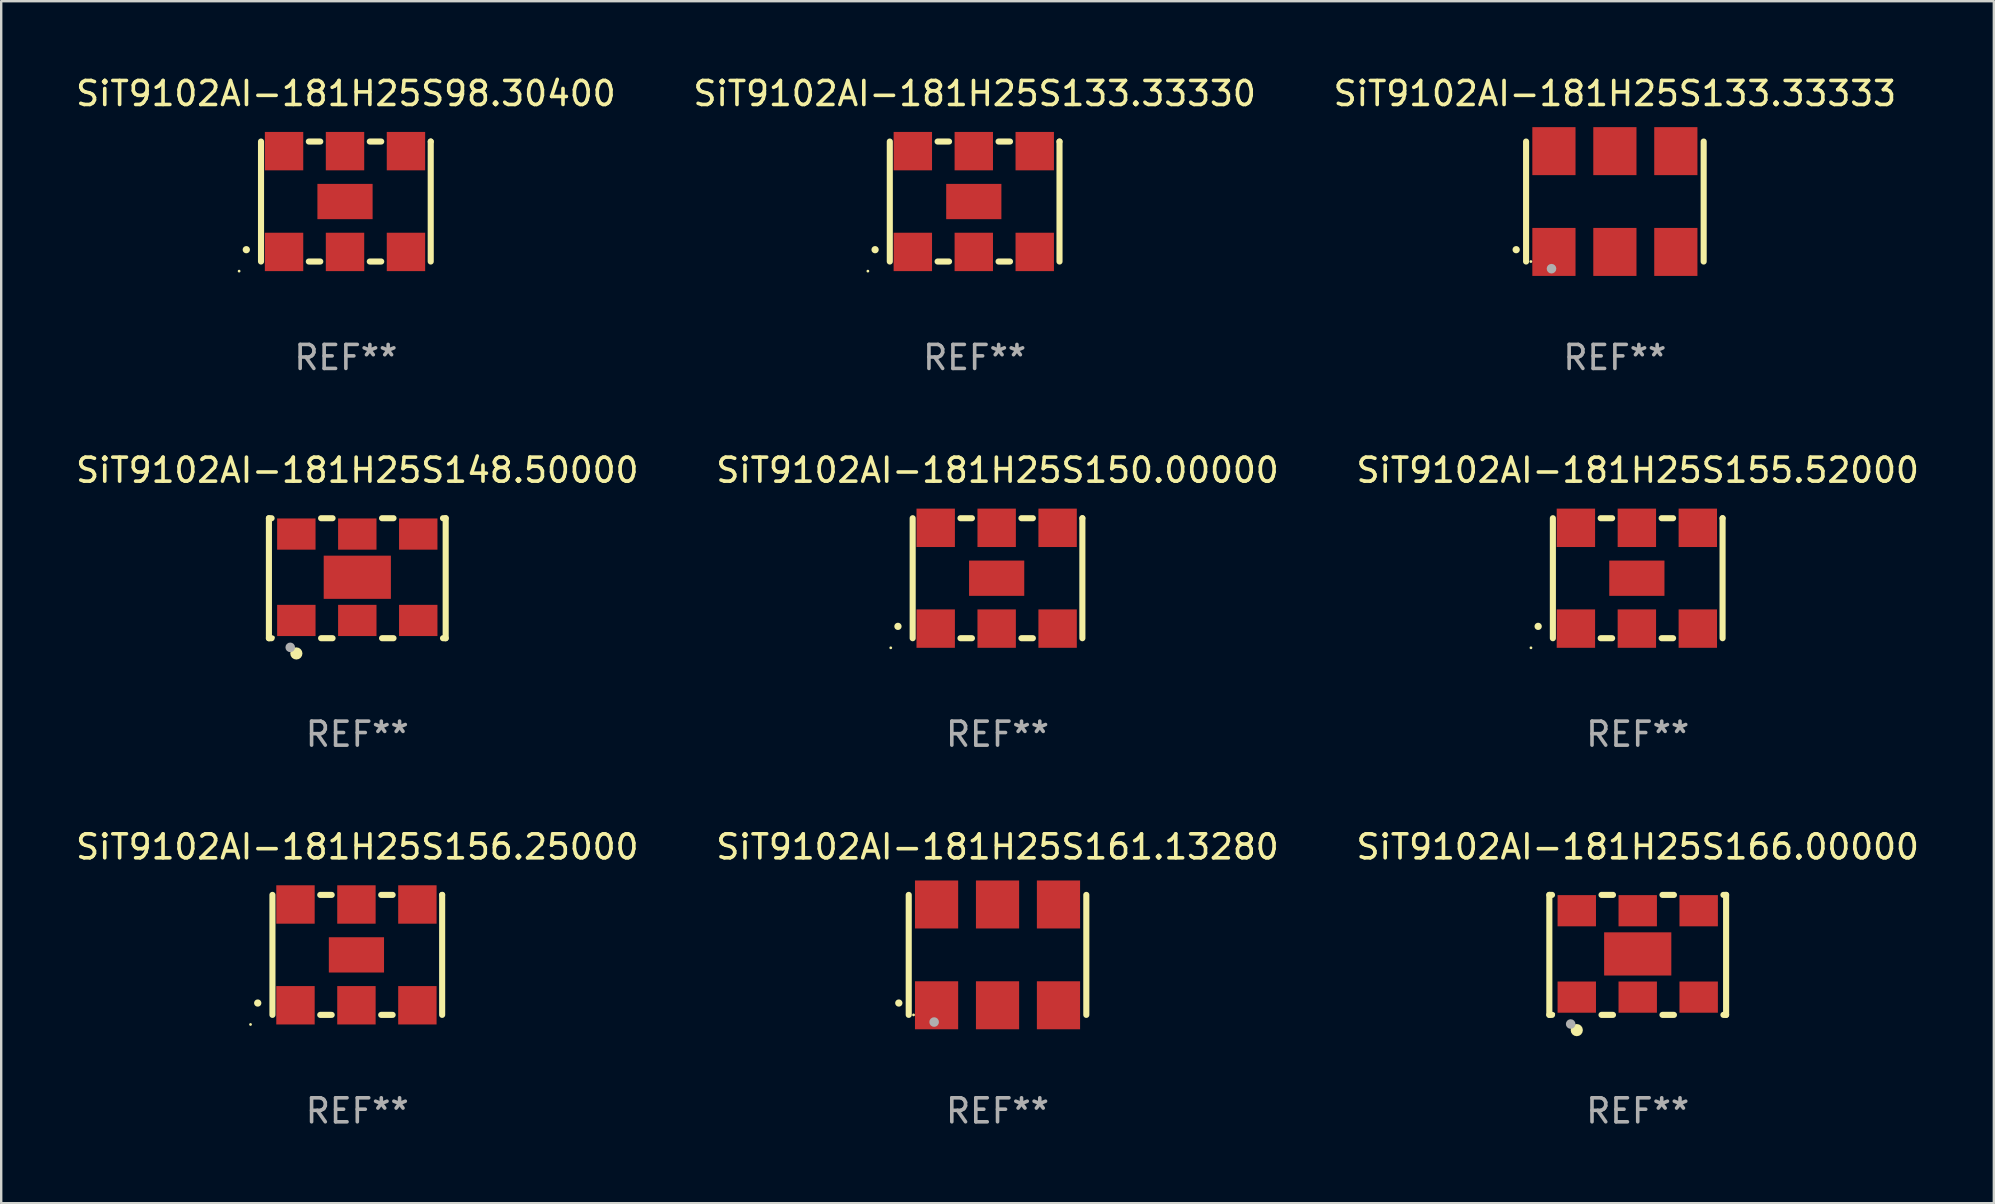
<source format=kicad_pcb>
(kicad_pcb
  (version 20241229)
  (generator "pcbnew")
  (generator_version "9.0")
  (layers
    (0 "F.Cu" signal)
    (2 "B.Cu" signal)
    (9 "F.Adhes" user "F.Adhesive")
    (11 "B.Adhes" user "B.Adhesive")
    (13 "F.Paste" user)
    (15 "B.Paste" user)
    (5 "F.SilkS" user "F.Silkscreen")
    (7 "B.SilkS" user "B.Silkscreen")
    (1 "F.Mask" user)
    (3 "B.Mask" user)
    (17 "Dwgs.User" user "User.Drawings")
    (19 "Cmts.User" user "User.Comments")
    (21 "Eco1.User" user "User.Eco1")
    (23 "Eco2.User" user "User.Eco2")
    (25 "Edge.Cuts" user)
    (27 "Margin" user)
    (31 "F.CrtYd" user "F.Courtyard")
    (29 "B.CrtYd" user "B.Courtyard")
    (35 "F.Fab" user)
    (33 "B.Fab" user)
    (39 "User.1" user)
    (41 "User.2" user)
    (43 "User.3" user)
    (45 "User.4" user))
  (footprint "SiT9102AI-181H25S155.52000"
    (layer "F.Cu")
    (at 65.196 21.045)
    (property "Reference" "SiT9102AI-181H25S155.52000" (at 0 -4.5 0) (layer "F.SilkS") (effects (font (size 1 1) (thickness 0.15))))
    (attr through_hole)
    (fp_line (start -3.536 -2.5) (end -3.536 2.5) (stroke (width 0.254) (type solid)) (layer "F.SilkS"))
    (fp_line (start -1.544 2.5) (end -1.067 2.5) (stroke (width 0.254) (type solid)) (layer "F.SilkS"))
    (fp_line (start -1.067 -2.5) (end -1.544 -2.5) (stroke (width 0.254) (type solid)) (layer "F.SilkS"))
    (fp_line (start 0.996 2.5) (end 1.473 2.5) (stroke (width 0.254) (type solid)) (layer "F.SilkS"))
    (fp_line (start 1.473 -2.5) (end 0.996 -2.5) (stroke (width 0.254) (type solid)) (layer "F.SilkS"))
    (fp_line (start 3.536 -2.5) (end 3.536 -2.5) (stroke (width 0.254) (type solid)) (layer "F.SilkS"))
    (fp_line (start 3.536 2.5) (end 3.536 -2.5) (stroke (width 0.254) (type solid)) (layer "F.SilkS"))
    (fp_arc (start -4.150432 2.006604) (mid -4.149162 2.006599) (end -4.147892 2.006604) (stroke (width 0.3) (type solid)) (layer "F.SilkS"))
    (fp_circle (center -4.449 2.9) (end -4.419 2.9) (stroke (width 0.06) (type solid)) (fill no) (layer "F.SilkS"))
    (fp_text user "REF**" (at 0 6.5 0) (layer "F.Fab") (effects (font (size 1 1) (thickness 0.15))))
    (pad "1" smd rect (at -2.576 2.1) (size 1.6 1.6) (layers "F.Cu" "F.Mask" "F.Paste"))
    (pad "2" smd rect (at -0.036 2.1) (size 1.6 1.6) (layers "F.Cu" "F.Mask" "F.Paste"))
    (pad "3" smd rect (at 2.504 2.1) (size 1.6 1.6) (layers "F.Cu" "F.Mask" "F.Paste"))
    (pad "4" smd rect (at 2.504 -2.1) (size 1.6 1.6) (layers "F.Cu" "F.Mask" "F.Paste"))
    (pad "5" smd rect (at -0.036 -2.1) (size 1.6 1.6) (layers "F.Cu" "F.Mask" "F.Paste"))
    (pad "6" smd rect (at -2.576 -2.1) (size 1.6 1.6) (layers "F.Cu" "F.Mask" "F.Paste"))
    (pad "7" smd rect (at -0.036 0) (size 2.3 1.47) (layers "F.Cu" "F.Mask" "F.Paste")))
  (footprint "SiT9102AI-181H25S150.00000"
    (layer "F.Cu")
    (at 38.518 21.045)
    (property "Reference" "SiT9102AI-181H25S150.00000" (at 0 -4.5 0) (layer "F.SilkS") (effects (font (size 1 1) (thickness 0.15))))
    (attr through_hole)
    (fp_line (start -3.536 -2.5) (end -3.536 2.5) (stroke (width 0.254) (type solid)) (layer "F.SilkS"))
    (fp_line (start -1.544 2.5) (end -1.067 2.5) (stroke (width 0.254) (type solid)) (layer "F.SilkS"))
    (fp_line (start -1.067 -2.5) (end -1.544 -2.5) (stroke (width 0.254) (type solid)) (layer "F.SilkS"))
    (fp_line (start 0.996 2.5) (end 1.473 2.5) (stroke (width 0.254) (type solid)) (layer "F.SilkS"))
    (fp_line (start 1.473 -2.5) (end 0.996 -2.5) (stroke (width 0.254) (type solid)) (layer "F.SilkS"))
    (fp_line (start 3.536 -2.5) (end 3.536 -2.5) (stroke (width 0.254) (type solid)) (layer "F.SilkS"))
    (fp_line (start 3.536 2.5) (end 3.536 -2.5) (stroke (width 0.254) (type solid)) (layer "F.SilkS"))
    (fp_arc (start -4.150432 2.006604) (mid -4.149162 2.006599) (end -4.147892 2.006604) (stroke (width 0.3) (type solid)) (layer "F.SilkS"))
    (fp_circle (center -4.449 2.9) (end -4.419 2.9) (stroke (width 0.06) (type solid)) (fill no) (layer "F.SilkS"))
    (fp_text user "REF**" (at 0 6.5 0) (layer "F.Fab") (effects (font (size 1 1) (thickness 0.15))))
    (pad "1" smd rect (at -2.576 2.1) (size 1.6 1.6) (layers "F.Cu" "F.Mask" "F.Paste"))
    (pad "2" smd rect (at -0.036 2.1) (size 1.6 1.6) (layers "F.Cu" "F.Mask" "F.Paste"))
    (pad "3" smd rect (at 2.504 2.1) (size 1.6 1.6) (layers "F.Cu" "F.Mask" "F.Paste"))
    (pad "4" smd rect (at 2.504 -2.1) (size 1.6 1.6) (layers "F.Cu" "F.Mask" "F.Paste"))
    (pad "5" smd rect (at -0.036 -2.1) (size 1.6 1.6) (layers "F.Cu" "F.Mask" "F.Paste"))
    (pad "6" smd rect (at -2.576 -2.1) (size 1.6 1.6) (layers "F.Cu" "F.Mask" "F.Paste"))
    (pad "7" smd rect (at -0.036 0) (size 2.3 1.47) (layers "F.Cu" "F.Mask" "F.Paste")))
  (footprint "SiT9102AI-181H25S156.25000"
    (layer "F.Cu")
    (at 11.839 36.741)
    (property "Reference" "SiT9102AI-181H25S156.25000" (at 0 -4.5 0) (layer "F.SilkS") (effects (font (size 1 1) (thickness 0.15))))
    (attr through_hole)
    (fp_line (start -3.536 -2.5) (end -3.536 2.5) (stroke (width 0.254) (type solid)) (layer "F.SilkS"))
    (fp_line (start -1.544 2.5) (end -1.067 2.5) (stroke (width 0.254) (type solid)) (layer "F.SilkS"))
    (fp_line (start -1.067 -2.5) (end -1.544 -2.5) (stroke (width 0.254) (type solid)) (layer "F.SilkS"))
    (fp_line (start 0.996 2.5) (end 1.473 2.5) (stroke (width 0.254) (type solid)) (layer "F.SilkS"))
    (fp_line (start 1.473 -2.5) (end 0.996 -2.5) (stroke (width 0.254) (type solid)) (layer "F.SilkS"))
    (fp_line (start 3.536 -2.5) (end 3.536 -2.5) (stroke (width 0.254) (type solid)) (layer "F.SilkS"))
    (fp_line (start 3.536 2.5) (end 3.536 -2.5) (stroke (width 0.254) (type solid)) (layer "F.SilkS"))
    (fp_arc (start -4.150432 2.006604) (mid -4.149162 2.006599) (end -4.147892 2.006604) (stroke (width 0.3) (type solid)) (layer "F.SilkS"))
    (fp_circle (center -4.449 2.9) (end -4.419 2.9) (stroke (width 0.06) (type solid)) (fill no) (layer "F.SilkS"))
    (fp_text user "REF**" (at 0 6.5 0) (layer "F.Fab") (effects (font (size 1 1) (thickness 0.15))))
    (pad "1" smd rect (at -2.576 2.1) (size 1.6 1.6) (layers "F.Cu" "F.Mask" "F.Paste"))
    (pad "2" smd rect (at -0.036 2.1) (size 1.6 1.6) (layers "F.Cu" "F.Mask" "F.Paste"))
    (pad "3" smd rect (at 2.504 2.1) (size 1.6 1.6) (layers "F.Cu" "F.Mask" "F.Paste"))
    (pad "4" smd rect (at 2.504 -2.1) (size 1.6 1.6) (layers "F.Cu" "F.Mask" "F.Paste"))
    (pad "5" smd rect (at -0.036 -2.1) (size 1.6 1.6) (layers "F.Cu" "F.Mask" "F.Paste"))
    (pad "6" smd rect (at -2.576 -2.1) (size 1.6 1.6) (layers "F.Cu" "F.Mask" "F.Paste"))
    (pad "7" smd rect (at -0.036 0) (size 2.3 1.47) (layers "F.Cu" "F.Mask" "F.Paste")))
  (footprint "SiT9102AI-181H25S166.00000"
    (layer "F.Cu")
    (at 65.196 36.741)
    (property "Reference" "SiT9102AI-181H25S166.00000" (at 0 -4.5 0) (layer "F.SilkS") (effects (font (size 1 1) (thickness 0.15))))
    (attr through_hole)
    (fp_line (start -3.683 -2.5) (end -3.571 -2.5) (stroke (width 0.254) (type solid)) (layer "F.SilkS"))
    (fp_line (start -3.683 2.5) (end -3.683 -2.5) (stroke (width 0.254) (type solid)) (layer "F.SilkS"))
    (fp_line (start -3.683 2.5) (end -3.571 2.5) (stroke (width 0.254) (type solid)) (layer "F.SilkS"))
    (fp_line (start -1.509 -2.5) (end -1.031 -2.5) (stroke (width 0.254) (type solid)) (layer "F.SilkS"))
    (fp_line (start -1.509 2.5) (end -1.031 2.5) (stroke (width 0.254) (type solid)) (layer "F.SilkS"))
    (fp_line (start 1.031 -2.5) (end 1.509 -2.5) (stroke (width 0.254) (type solid)) (layer "F.SilkS"))
    (fp_line (start 1.031 2.5) (end 1.509 2.5) (stroke (width 0.254) (type solid)) (layer "F.SilkS"))
    (fp_line (start 3.571 -2.5) (end 3.683 -2.5) (stroke (width 0.254) (type solid)) (layer "F.SilkS"))
    (fp_line (start 3.571 2.5) (end 3.683 2.5) (stroke (width 0.254) (type solid)) (layer "F.SilkS"))
    (fp_line (start 3.683 2.5) (end 3.683 -2.5) (stroke (width 0.254) (type solid)) (layer "F.SilkS"))
    (fp_circle (center -3.5 2.46) (end -3.47 2.46) (stroke (width 0.06) (type solid)) (fill no) (layer "F.SilkS"))
    (fp_circle (center -2.54 3.135) (end -2.413 3.135) (stroke (width 0.254) (type solid)) (fill no) (layer "F.SilkS"))
    (fp_circle (center -2.794 2.881) (end -2.694 2.881) (stroke (width 0.2) (type solid)) (fill no) (layer "F.Fab"))
    (fp_text user "REF**" (at 0 6.5 0) (layer "F.Fab") (effects (font (size 1 1) (thickness 0.15))))
    (pad "1" smd rect (at -2.54 1.76) (size 1.6 1.3) (layers "F.Cu" "F.Mask" "F.Paste"))
    (pad "2" smd rect (at 0 1.76) (size 1.6 1.3) (layers "F.Cu" "F.Mask" "F.Paste"))
    (pad "3" smd rect (at 2.54 1.76) (size 1.6 1.3) (layers "F.Cu" "F.Mask" "F.Paste"))
    (pad "4" smd rect (at 2.54 -1.84) (size 1.6 1.3) (layers "F.Cu" "F.Mask" "F.Paste"))
    (pad "5" smd rect (at 0 -1.84) (size 1.6 1.3) (layers "F.Cu" "F.Mask" "F.Paste"))
    (pad "6" smd rect (at -2.54 -1.84) (size 1.6 1.3) (layers "F.Cu" "F.Mask" "F.Paste"))
    (pad "7" smd rect (at 0 -0.04) (size 2.8 1.8) (layers "F.Cu" "F.Mask" "F.Paste")))
  (footprint "SiT9102AI-181H25S98.30400"
    (layer "F.Cu")
    (at 11.363 5.348)
    (property "Reference" "SiT9102AI-181H25S98.30400" (at 0 -4.5 0) (layer "F.SilkS") (effects (font (size 1 1) (thickness 0.15))))
    (attr through_hole)
    (fp_line (start -3.536 -2.5) (end -3.536 2.5) (stroke (width 0.254) (type solid)) (layer "F.SilkS"))
    (fp_line (start -1.544 2.5) (end -1.067 2.5) (stroke (width 0.254) (type solid)) (layer "F.SilkS"))
    (fp_line (start -1.067 -2.5) (end -1.544 -2.5) (stroke (width 0.254) (type solid)) (layer "F.SilkS"))
    (fp_line (start 0.996 2.5) (end 1.473 2.5) (stroke (width 0.254) (type solid)) (layer "F.SilkS"))
    (fp_line (start 1.473 -2.5) (end 0.996 -2.5) (stroke (width 0.254) (type solid)) (layer "F.SilkS"))
    (fp_line (start 3.536 -2.5) (end 3.536 -2.5) (stroke (width 0.254) (type solid)) (layer "F.SilkS"))
    (fp_line (start 3.536 2.5) (end 3.536 -2.5) (stroke (width 0.254) (type solid)) (layer "F.SilkS"))
    (fp_arc (start -4.150432 2.006604) (mid -4.149162 2.006599) (end -4.147892 2.006604) (stroke (width 0.3) (type solid)) (layer "F.SilkS"))
    (fp_circle (center -4.449 2.9) (end -4.419 2.9) (stroke (width 0.06) (type solid)) (fill no) (layer "F.SilkS"))
    (fp_text user "REF**" (at 0 6.5 0) (layer "F.Fab") (effects (font (size 1 1) (thickness 0.15))))
    (pad "1" smd rect (at -2.576 2.1) (size 1.6 1.6) (layers "F.Cu" "F.Mask" "F.Paste"))
    (pad "2" smd rect (at -0.036 2.1) (size 1.6 1.6) (layers "F.Cu" "F.Mask" "F.Paste"))
    (pad "3" smd rect (at 2.504 2.1) (size 1.6 1.6) (layers "F.Cu" "F.Mask" "F.Paste"))
    (pad "4" smd rect (at 2.504 -2.1) (size 1.6 1.6) (layers "F.Cu" "F.Mask" "F.Paste"))
    (pad "5" smd rect (at -0.036 -2.1) (size 1.6 1.6) (layers "F.Cu" "F.Mask" "F.Paste"))
    (pad "6" smd rect (at -2.576 -2.1) (size 1.6 1.6) (layers "F.Cu" "F.Mask" "F.Paste"))
    (pad "7" smd rect (at -0.036 0) (size 2.3 1.47) (layers "F.Cu" "F.Mask" "F.Paste")))
  (footprint "SiT9102AI-181H25S133.33333"
    (layer "F.Cu")
    (at 64.244 5.348)
    (property "Reference" "SiT9102AI-181H25S133.33333" (at 0 -4.5 0) (layer "F.SilkS") (effects (font (size 1 1) (thickness 0.15))))
    (attr through_hole)
    (fp_line (start -3.7 -2.5) (end -3.7 2.5) (stroke (width 0.254) (type solid)) (layer "F.SilkS"))
    (fp_line (start 3.7 -2.5) (end 3.7 2.5) (stroke (width 0.254) (type solid)) (layer "F.SilkS"))
    (fp_arc (start -4.114415 2.006604) (mid -4.113145 2.006599) (end -4.111875 2.006604) (stroke (width 0.3) (type solid)) (layer "F.SilkS"))
    (fp_circle (center -3.5 2.501) (end -3.47 2.501) (stroke (width 0.06) (type solid)) (fill no) (layer "F.SilkS"))
    (fp_circle (center -2.641 2.799) (end -2.541 2.799) (stroke (width 0.2) (type solid)) (fill no) (layer "F.Fab"))
    (fp_text user "REF**" (at 0 6.5 0) (layer "F.Fab") (effects (font (size 1 1) (thickness 0.15))))
    (pad "1" smd rect (at -2.54 2.1) (size 1.8 2) (layers "F.Cu" "F.Mask" "F.Paste"))
    (pad "2" smd rect (at 0.000394 2.1) (size 1.8 2) (layers "F.Cu" "F.Mask" "F.Paste"))
    (pad "3" smd rect (at 2.54 2.1) (size 1.8 2) (layers "F.Cu" "F.Mask" "F.Paste"))
    (pad "4" smd rect (at 2.54 -2.1) (size 1.8 2) (layers "F.Cu" "F.Mask" "F.Paste"))
    (pad "5" smd rect (at 0.000394 -2.1) (size 1.8 2) (layers "F.Cu" "F.Mask" "F.Paste"))
    (pad "6" smd rect (at -2.54 -2.1) (size 1.8 2) (layers "F.Cu" "F.Mask" "F.Paste")))
  (footprint "SiT9102AI-181H25S161.13280"
    (layer "F.Cu")
    (at 38.518 36.741)
    (property "Reference" "SiT9102AI-181H25S161.13280" (at 0 -4.5 0) (layer "F.SilkS") (effects (font (size 1 1) (thickness 0.15))))
    (attr through_hole)
    (fp_line (start -3.7 -2.5) (end -3.7 2.5) (stroke (width 0.254) (type solid)) (layer "F.SilkS"))
    (fp_line (start 3.7 -2.5) (end 3.7 2.5) (stroke (width 0.254) (type solid)) (layer "F.SilkS"))
    (fp_arc (start -4.114415 2.006604) (mid -4.113145 2.006599) (end -4.111875 2.006604) (stroke (width 0.3) (type solid)) (layer "F.SilkS"))
    (fp_circle (center -3.5 2.501) (end -3.47 2.501) (stroke (width 0.06) (type solid)) (fill no) (layer "F.SilkS"))
    (fp_circle (center -2.641 2.799) (end -2.541 2.799) (stroke (width 0.2) (type solid)) (fill no) (layer "F.Fab"))
    (fp_text user "REF**" (at 0 6.5 0) (layer "F.Fab") (effects (font (size 1 1) (thickness 0.15))))
    (pad "1" smd rect (at -2.54 2.1) (size 1.8 2) (layers "F.Cu" "F.Mask" "F.Paste"))
    (pad "2" smd rect (at 0.000394 2.1) (size 1.8 2) (layers "F.Cu" "F.Mask" "F.Paste"))
    (pad "3" smd rect (at 2.54 2.1) (size 1.8 2) (layers "F.Cu" "F.Mask" "F.Paste"))
    (pad "4" smd rect (at 2.54 -2.1) (size 1.8 2) (layers "F.Cu" "F.Mask" "F.Paste"))
    (pad "5" smd rect (at 0.000394 -2.1) (size 1.8 2) (layers "F.Cu" "F.Mask" "F.Paste"))
    (pad "6" smd rect (at -2.54 -2.1) (size 1.8 2) (layers "F.Cu" "F.Mask" "F.Paste")))
  (footprint "SiT9102AI-181H25S148.50000"
    (layer "F.Cu")
    (at 11.839 21.045)
    (property "Reference" "SiT9102AI-181H25S148.50000" (at 0 -4.5 0) (layer "F.SilkS") (effects (font (size 1 1) (thickness 0.15))))
    (attr through_hole)
    (fp_line (start -3.683 -2.5) (end -3.571 -2.5) (stroke (width 0.254) (type solid)) (layer "F.SilkS"))
    (fp_line (start -3.683 2.5) (end -3.683 -2.5) (stroke (width 0.254) (type solid)) (layer "F.SilkS"))
    (fp_line (start -3.683 2.5) (end -3.571 2.5) (stroke (width 0.254) (type solid)) (layer "F.SilkS"))
    (fp_line (start -1.509 -2.5) (end -1.031 -2.5) (stroke (width 0.254) (type solid)) (layer "F.SilkS"))
    (fp_line (start -1.509 2.5) (end -1.031 2.5) (stroke (width 0.254) (type solid)) (layer "F.SilkS"))
    (fp_line (start 1.031 -2.5) (end 1.509 -2.5) (stroke (width 0.254) (type solid)) (layer "F.SilkS"))
    (fp_line (start 1.031 2.5) (end 1.509 2.5) (stroke (width 0.254) (type solid)) (layer "F.SilkS"))
    (fp_line (start 3.571 -2.5) (end 3.683 -2.5) (stroke (width 0.254) (type solid)) (layer "F.SilkS"))
    (fp_line (start 3.571 2.5) (end 3.683 2.5) (stroke (width 0.254) (type solid)) (layer "F.SilkS"))
    (fp_line (start 3.683 2.5) (end 3.683 -2.5) (stroke (width 0.254) (type solid)) (layer "F.SilkS"))
    (fp_circle (center -3.5 2.46) (end -3.47 2.46) (stroke (width 0.06) (type solid)) (fill no) (layer "F.SilkS"))
    (fp_circle (center -2.54 3.135) (end -2.413 3.135) (stroke (width 0.254) (type solid)) (fill no) (layer "F.SilkS"))
    (fp_circle (center -2.794 2.881) (end -2.694 2.881) (stroke (width 0.2) (type solid)) (fill no) (layer "F.Fab"))
    (fp_text user "REF**" (at 0 6.5 0) (layer "F.Fab") (effects (font (size 1 1) (thickness 0.15))))
    (pad "1" smd rect (at -2.54 1.76) (size 1.6 1.3) (layers "F.Cu" "F.Mask" "F.Paste"))
    (pad "2" smd rect (at 0 1.76) (size 1.6 1.3) (layers "F.Cu" "F.Mask" "F.Paste"))
    (pad "3" smd rect (at 2.54 1.76) (size 1.6 1.3) (layers "F.Cu" "F.Mask" "F.Paste"))
    (pad "4" smd rect (at 2.54 -1.84) (size 1.6 1.3) (layers "F.Cu" "F.Mask" "F.Paste"))
    (pad "5" smd rect (at 0 -1.84) (size 1.6 1.3) (layers "F.Cu" "F.Mask" "F.Paste"))
    (pad "6" smd rect (at -2.54 -1.84) (size 1.6 1.3) (layers "F.Cu" "F.Mask" "F.Paste"))
    (pad "7" smd rect (at 0 -0.04) (size 2.8 1.8) (layers "F.Cu" "F.Mask" "F.Paste")))
  (footprint "SiT9102AI-181H25S133.33330"
    (layer "F.Cu")
    (at 37.565 5.348)
    (property "Reference" "SiT9102AI-181H25S133.33330" (at 0 -4.5 0) (layer "F.SilkS") (effects (font (size 1 1) (thickness 0.15))))
    (attr through_hole)
    (fp_line (start -3.536 -2.5) (end -3.536 2.5) (stroke (width 0.254) (type solid)) (layer "F.SilkS"))
    (fp_line (start -1.544 2.5) (end -1.067 2.5) (stroke (width 0.254) (type solid)) (layer "F.SilkS"))
    (fp_line (start -1.067 -2.5) (end -1.544 -2.5) (stroke (width 0.254) (type solid)) (layer "F.SilkS"))
    (fp_line (start 0.996 2.5) (end 1.473 2.5) (stroke (width 0.254) (type solid)) (layer "F.SilkS"))
    (fp_line (start 1.473 -2.5) (end 0.996 -2.5) (stroke (width 0.254) (type solid)) (layer "F.SilkS"))
    (fp_line (start 3.536 -2.5) (end 3.536 -2.5) (stroke (width 0.254) (type solid)) (layer "F.SilkS"))
    (fp_line (start 3.536 2.5) (end 3.536 -2.5) (stroke (width 0.254) (type solid)) (layer "F.SilkS"))
    (fp_arc (start -4.150432 2.006604) (mid -4.149162 2.006599) (end -4.147892 2.006604) (stroke (width 0.3) (type solid)) (layer "F.SilkS"))
    (fp_circle (center -4.449 2.9) (end -4.419 2.9) (stroke (width 0.06) (type solid)) (fill no) (layer "F.SilkS"))
    (fp_text user "REF**" (at 0 6.5 0) (layer "F.Fab") (effects (font (size 1 1) (thickness 0.15))))
    (pad "1" smd rect (at -2.576 2.1) (size 1.6 1.6) (layers "F.Cu" "F.Mask" "F.Paste"))
    (pad "2" smd rect (at -0.036 2.1) (size 1.6 1.6) (layers "F.Cu" "F.Mask" "F.Paste"))
    (pad "3" smd rect (at 2.504 2.1) (size 1.6 1.6) (layers "F.Cu" "F.Mask" "F.Paste"))
    (pad "4" smd rect (at 2.504 -2.1) (size 1.6 1.6) (layers "F.Cu" "F.Mask" "F.Paste"))
    (pad "5" smd rect (at -0.036 -2.1) (size 1.6 1.6) (layers "F.Cu" "F.Mask" "F.Paste"))
    (pad "6" smd rect (at -2.576 -2.1) (size 1.6 1.6) (layers "F.Cu" "F.Mask" "F.Paste"))
    (pad "7" smd rect (at -0.036 0) (size 2.3 1.47) (layers "F.Cu" "F.Mask" "F.Paste")))
  (gr_rect
    (start -3 -3)
    (end 80.036 47.09)
    (stroke (width 0.1) (type default))
    (fill no)
    (layer "Edge.Cuts")))
</source>
